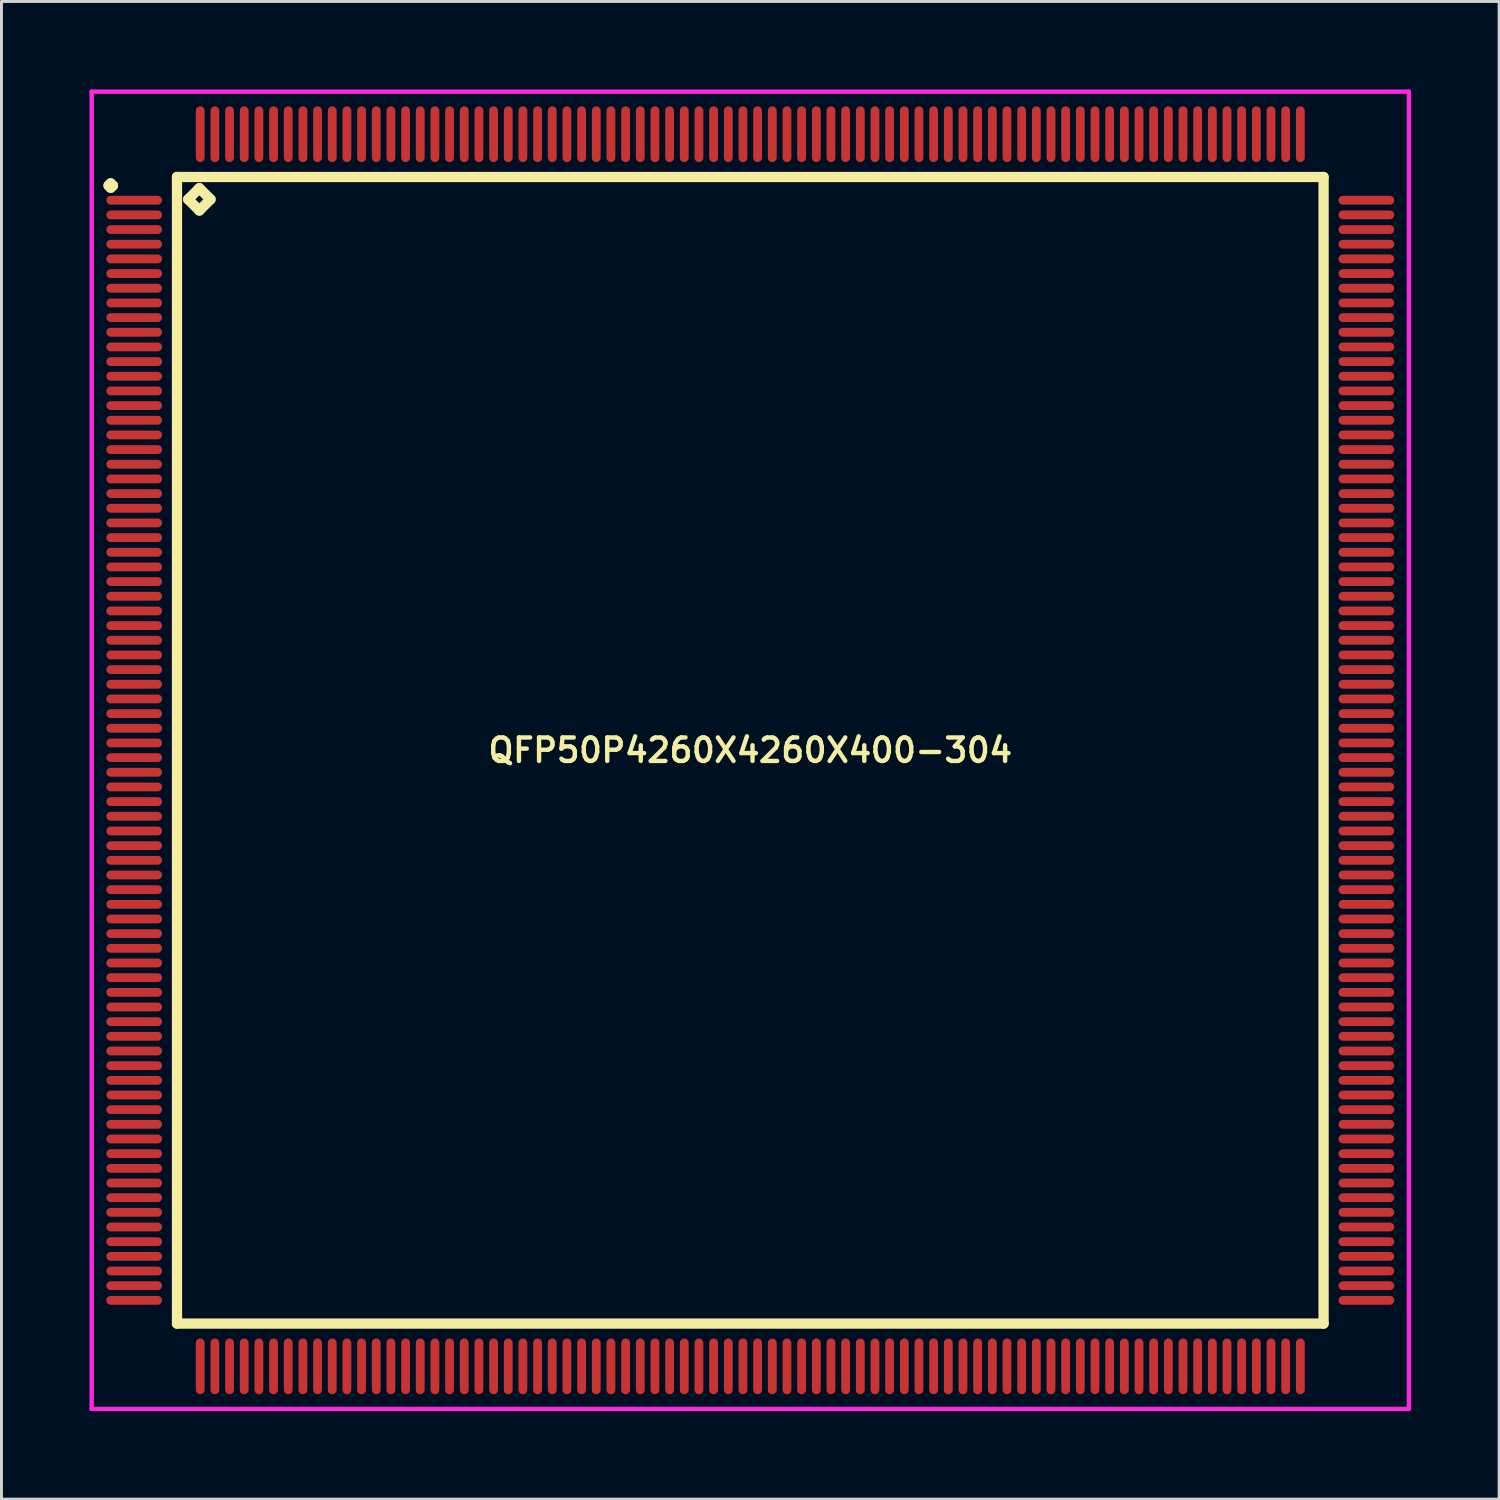
<source format=kicad_pcb>
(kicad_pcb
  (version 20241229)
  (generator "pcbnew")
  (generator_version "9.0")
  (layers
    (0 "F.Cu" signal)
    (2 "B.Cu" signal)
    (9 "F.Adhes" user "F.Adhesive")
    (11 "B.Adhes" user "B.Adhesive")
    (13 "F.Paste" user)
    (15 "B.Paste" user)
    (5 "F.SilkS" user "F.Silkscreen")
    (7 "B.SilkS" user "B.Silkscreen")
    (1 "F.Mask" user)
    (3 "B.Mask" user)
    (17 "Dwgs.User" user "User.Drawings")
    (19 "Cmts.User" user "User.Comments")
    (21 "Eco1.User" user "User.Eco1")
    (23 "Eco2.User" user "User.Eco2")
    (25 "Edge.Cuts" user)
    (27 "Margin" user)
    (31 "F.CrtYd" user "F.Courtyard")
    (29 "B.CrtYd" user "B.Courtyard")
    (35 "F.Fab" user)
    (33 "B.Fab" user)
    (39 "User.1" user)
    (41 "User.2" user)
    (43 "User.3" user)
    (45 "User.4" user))
  (footprint "QFP50P4260X4260X400-304"
    (layer "F.Cu")
    (at 22.525 22.525)
    (property "Reference" "QFP50P4260X4260X400-304" (at 0 0 0) (layer "F.SilkS") (effects (font (size 0.8 0.8) (thickness 0.15))))
    (attr smd)
    (fp_line (start -21.875 -19.25) (end -21.8 -19.325) (stroke (width 0.35) (type solid)) (layer "F.SilkS"))
    (fp_line (start -21.8 -19.325) (end -21.725 -19.25) (stroke (width 0.35) (type solid)) (layer "F.SilkS"))
    (fp_line (start -21.8 -19.175) (end -21.875 -19.25) (stroke (width 0.35) (type solid)) (layer "F.SilkS"))
    (fp_line (start -21.725 -19.25) (end -21.8 -19.175) (stroke (width 0.35) (type solid)) (layer "F.SilkS"))
    (fp_line (start -19.542 -19.542) (end -19.542 19.542) (stroke (width 0.35) (type solid)) (layer "F.SilkS"))
    (fp_line (start -19.542 19.542) (end 19.542 19.542) (stroke (width 0.35) (type solid)) (layer "F.SilkS"))
    (fp_line (start -19.161 -18.78) (end -18.78 -19.161) (stroke (width 0.35) (type solid)) (layer "F.SilkS"))
    (fp_line (start -18.78 -19.161) (end -18.399 -18.78) (stroke (width 0.35) (type solid)) (layer "F.SilkS"))
    (fp_line (start -18.78 -18.399) (end -19.161 -18.78) (stroke (width 0.35) (type solid)) (layer "F.SilkS"))
    (fp_line (start -18.399 -18.78) (end -18.78 -18.399) (stroke (width 0.35) (type solid)) (layer "F.SilkS"))
    (fp_line (start 19.542 -19.542) (end -19.542 -19.542) (stroke (width 0.35) (type solid)) (layer "F.SilkS"))
    (fp_line (start 19.542 19.542) (end 19.542 -19.542) (stroke (width 0.35) (type solid)) (layer "F.SilkS"))
    (fp_line (start -22.45 -22.45) (end 22.45 -22.45) (stroke (width 0.15) (type solid)) (layer "F.CrtYd"))
    (fp_line (start -22.45 22.45) (end -22.45 -22.45) (stroke (width 0.15) (type solid)) (layer "F.CrtYd"))
    (fp_line (start 22.45 -22.45) (end 22.45 22.45) (stroke (width 0.15) (type solid)) (layer "F.CrtYd"))
    (fp_line (start 22.45 22.45) (end -22.45 22.45) (stroke (width 0.15) (type solid)) (layer "F.CrtYd"))
    (pad "1" smd oval (at -21 -18.75) (size 1.9 0.3) (layers "F.Cu" "F.Mask" "F.Paste"))
    (pad "2" smd oval (at -21 -18.25) (size 1.9 0.3) (layers "F.Cu" "F.Mask" "F.Paste"))
    (pad "3" smd oval (at -21 -17.75) (size 1.9 0.3) (layers "F.Cu" "F.Mask" "F.Paste"))
    (pad "4" smd oval (at -21 -17.25) (size 1.9 0.3) (layers "F.Cu" "F.Mask" "F.Paste"))
    (pad "5" smd oval (at -21 -16.75) (size 1.9 0.3) (layers "F.Cu" "F.Mask" "F.Paste"))
    (pad "6" smd oval (at -21 -16.25) (size 1.9 0.3) (layers "F.Cu" "F.Mask" "F.Paste"))
    (pad "7" smd oval (at -21 -15.75) (size 1.9 0.3) (layers "F.Cu" "F.Mask" "F.Paste"))
    (pad "8" smd oval (at -21 -15.25) (size 1.9 0.3) (layers "F.Cu" "F.Mask" "F.Paste"))
    (pad "9" smd oval (at -21 -14.75) (size 1.9 0.3) (layers "F.Cu" "F.Mask" "F.Paste"))
    (pad "10" smd oval (at -21 -14.25) (size 1.9 0.3) (layers "F.Cu" "F.Mask" "F.Paste"))
    (pad "11" smd oval (at -21 -13.75) (size 1.9 0.3) (layers "F.Cu" "F.Mask" "F.Paste"))
    (pad "12" smd oval (at -21 -13.25) (size 1.9 0.3) (layers "F.Cu" "F.Mask" "F.Paste"))
    (pad "13" smd oval (at -21 -12.75) (size 1.9 0.3) (layers "F.Cu" "F.Mask" "F.Paste"))
    (pad "14" smd oval (at -21 -12.25) (size 1.9 0.3) (layers "F.Cu" "F.Mask" "F.Paste"))
    (pad "15" smd oval (at -21 -11.75) (size 1.9 0.3) (layers "F.Cu" "F.Mask" "F.Paste"))
    (pad "16" smd oval (at -21 -11.25) (size 1.9 0.3) (layers "F.Cu" "F.Mask" "F.Paste"))
    (pad "17" smd oval (at -21 -10.75) (size 1.9 0.3) (layers "F.Cu" "F.Mask" "F.Paste"))
    (pad "18" smd oval (at -21 -10.25) (size 1.9 0.3) (layers "F.Cu" "F.Mask" "F.Paste"))
    (pad "19" smd oval (at -21 -9.75) (size 1.9 0.3) (layers "F.Cu" "F.Mask" "F.Paste"))
    (pad "20" smd oval (at -21 -9.25) (size 1.9 0.3) (layers "F.Cu" "F.Mask" "F.Paste"))
    (pad "21" smd oval (at -21 -8.75) (size 1.9 0.3) (layers "F.Cu" "F.Mask" "F.Paste"))
    (pad "22" smd oval (at -21 -8.25) (size 1.9 0.3) (layers "F.Cu" "F.Mask" "F.Paste"))
    (pad "23" smd oval (at -21 -7.75) (size 1.9 0.3) (layers "F.Cu" "F.Mask" "F.Paste"))
    (pad "24" smd oval (at -21 -7.25) (size 1.9 0.3) (layers "F.Cu" "F.Mask" "F.Paste"))
    (pad "25" smd oval (at -21 -6.75) (size 1.9 0.3) (layers "F.Cu" "F.Mask" "F.Paste"))
    (pad "26" smd oval (at -21 -6.25) (size 1.9 0.3) (layers "F.Cu" "F.Mask" "F.Paste"))
    (pad "27" smd oval (at -21 -5.75) (size 1.9 0.3) (layers "F.Cu" "F.Mask" "F.Paste"))
    (pad "28" smd oval (at -21 -5.25) (size 1.9 0.3) (layers "F.Cu" "F.Mask" "F.Paste"))
    (pad "29" smd oval (at -21 -4.75) (size 1.9 0.3) (layers "F.Cu" "F.Mask" "F.Paste"))
    (pad "30" smd oval (at -21 -4.25) (size 1.9 0.3) (layers "F.Cu" "F.Mask" "F.Paste"))
    (pad "31" smd oval (at -21 -3.75) (size 1.9 0.3) (layers "F.Cu" "F.Mask" "F.Paste"))
    (pad "32" smd oval (at -21 -3.25) (size 1.9 0.3) (layers "F.Cu" "F.Mask" "F.Paste"))
    (pad "33" smd oval (at -21 -2.75) (size 1.9 0.3) (layers "F.Cu" "F.Mask" "F.Paste"))
    (pad "34" smd oval (at -21 -2.25) (size 1.9 0.3) (layers "F.Cu" "F.Mask" "F.Paste"))
    (pad "35" smd oval (at -21 -1.75) (size 1.9 0.3) (layers "F.Cu" "F.Mask" "F.Paste"))
    (pad "36" smd oval (at -21 -1.25) (size 1.9 0.3) (layers "F.Cu" "F.Mask" "F.Paste"))
    (pad "37" smd oval (at -21 -0.75) (size 1.9 0.3) (layers "F.Cu" "F.Mask" "F.Paste"))
    (pad "38" smd oval (at -21 -0.25) (size 1.9 0.3) (layers "F.Cu" "F.Mask" "F.Paste"))
    (pad "39" smd oval (at -21 0.25) (size 1.9 0.3) (layers "F.Cu" "F.Mask" "F.Paste"))
    (pad "40" smd oval (at -21 0.75) (size 1.9 0.3) (layers "F.Cu" "F.Mask" "F.Paste"))
    (pad "41" smd oval (at -21 1.25) (size 1.9 0.3) (layers "F.Cu" "F.Mask" "F.Paste"))
    (pad "42" smd oval (at -21 1.75) (size 1.9 0.3) (layers "F.Cu" "F.Mask" "F.Paste"))
    (pad "43" smd oval (at -21 2.25) (size 1.9 0.3) (layers "F.Cu" "F.Mask" "F.Paste"))
    (pad "44" smd oval (at -21 2.75) (size 1.9 0.3) (layers "F.Cu" "F.Mask" "F.Paste"))
    (pad "45" smd oval (at -21 3.25) (size 1.9 0.3) (layers "F.Cu" "F.Mask" "F.Paste"))
    (pad "46" smd oval (at -21 3.75) (size 1.9 0.3) (layers "F.Cu" "F.Mask" "F.Paste"))
    (pad "47" smd oval (at -21 4.25) (size 1.9 0.3) (layers "F.Cu" "F.Mask" "F.Paste"))
    (pad "48" smd oval (at -21 4.75) (size 1.9 0.3) (layers "F.Cu" "F.Mask" "F.Paste"))
    (pad "49" smd oval (at -21 5.25) (size 1.9 0.3) (layers "F.Cu" "F.Mask" "F.Paste"))
    (pad "50" smd oval (at -21 5.75) (size 1.9 0.3) (layers "F.Cu" "F.Mask" "F.Paste"))
    (pad "51" smd oval (at -21 6.25) (size 1.9 0.3) (layers "F.Cu" "F.Mask" "F.Paste"))
    (pad "52" smd oval (at -21 6.75) (size 1.9 0.3) (layers "F.Cu" "F.Mask" "F.Paste"))
    (pad "53" smd oval (at -21 7.25) (size 1.9 0.3) (layers "F.Cu" "F.Mask" "F.Paste"))
    (pad "54" smd oval (at -21 7.75) (size 1.9 0.3) (layers "F.Cu" "F.Mask" "F.Paste"))
    (pad "55" smd oval (at -21 8.25) (size 1.9 0.3) (layers "F.Cu" "F.Mask" "F.Paste"))
    (pad "56" smd oval (at -21 8.75) (size 1.9 0.3) (layers "F.Cu" "F.Mask" "F.Paste"))
    (pad "57" smd oval (at -21 9.25) (size 1.9 0.3) (layers "F.Cu" "F.Mask" "F.Paste"))
    (pad "58" smd oval (at -21 9.75) (size 1.9 0.3) (layers "F.Cu" "F.Mask" "F.Paste"))
    (pad "59" smd oval (at -21 10.25) (size 1.9 0.3) (layers "F.Cu" "F.Mask" "F.Paste"))
    (pad "60" smd oval (at -21 10.75) (size 1.9 0.3) (layers "F.Cu" "F.Mask" "F.Paste"))
    (pad "61" smd oval (at -21 11.25) (size 1.9 0.3) (layers "F.Cu" "F.Mask" "F.Paste"))
    (pad "62" smd oval (at -21 11.75) (size 1.9 0.3) (layers "F.Cu" "F.Mask" "F.Paste"))
    (pad "63" smd oval (at -21 12.25) (size 1.9 0.3) (layers "F.Cu" "F.Mask" "F.Paste"))
    (pad "64" smd oval (at -21 12.75) (size 1.9 0.3) (layers "F.Cu" "F.Mask" "F.Paste"))
    (pad "65" smd oval (at -21 13.25) (size 1.9 0.3) (layers "F.Cu" "F.Mask" "F.Paste"))
    (pad "66" smd oval (at -21 13.75) (size 1.9 0.3) (layers "F.Cu" "F.Mask" "F.Paste"))
    (pad "67" smd oval (at -21 14.25) (size 1.9 0.3) (layers "F.Cu" "F.Mask" "F.Paste"))
    (pad "68" smd oval (at -21 14.75) (size 1.9 0.3) (layers "F.Cu" "F.Mask" "F.Paste"))
    (pad "69" smd oval (at -21 15.25) (size 1.9 0.3) (layers "F.Cu" "F.Mask" "F.Paste"))
    (pad "70" smd oval (at -21 15.75) (size 1.9 0.3) (layers "F.Cu" "F.Mask" "F.Paste"))
    (pad "71" smd oval (at -21 16.25) (size 1.9 0.3) (layers "F.Cu" "F.Mask" "F.Paste"))
    (pad "72" smd oval (at -21 16.75) (size 1.9 0.3) (layers "F.Cu" "F.Mask" "F.Paste"))
    (pad "73" smd oval (at -21 17.25) (size 1.9 0.3) (layers "F.Cu" "F.Mask" "F.Paste"))
    (pad "74" smd oval (at -21 17.75) (size 1.9 0.3) (layers "F.Cu" "F.Mask" "F.Paste"))
    (pad "75" smd oval (at -21 18.25) (size 1.9 0.3) (layers "F.Cu" "F.Mask" "F.Paste"))
    (pad "76" smd oval (at -21 18.75) (size 1.9 0.3) (layers "F.Cu" "F.Mask" "F.Paste"))
    (pad "77" smd oval (at -18.75 21) (size 0.3 1.9) (layers "F.Cu" "F.Mask" "F.Paste"))
    (pad "78" smd oval (at -18.25 21) (size 0.3 1.9) (layers "F.Cu" "F.Mask" "F.Paste"))
    (pad "79" smd oval (at -17.75 21) (size 0.3 1.9) (layers "F.Cu" "F.Mask" "F.Paste"))
    (pad "80" smd oval (at -17.25 21) (size 0.3 1.9) (layers "F.Cu" "F.Mask" "F.Paste"))
    (pad "81" smd oval (at -16.75 21) (size 0.3 1.9) (layers "F.Cu" "F.Mask" "F.Paste"))
    (pad "82" smd oval (at -16.25 21) (size 0.3 1.9) (layers "F.Cu" "F.Mask" "F.Paste"))
    (pad "83" smd oval (at -15.75 21) (size 0.3 1.9) (layers "F.Cu" "F.Mask" "F.Paste"))
    (pad "84" smd oval (at -15.25 21) (size 0.3 1.9) (layers "F.Cu" "F.Mask" "F.Paste"))
    (pad "85" smd oval (at -14.75 21) (size 0.3 1.9) (layers "F.Cu" "F.Mask" "F.Paste"))
    (pad "86" smd oval (at -14.25 21) (size 0.3 1.9) (layers "F.Cu" "F.Mask" "F.Paste"))
    (pad "87" smd oval (at -13.75 21) (size 0.3 1.9) (layers "F.Cu" "F.Mask" "F.Paste"))
    (pad "88" smd oval (at -13.25 21) (size 0.3 1.9) (layers "F.Cu" "F.Mask" "F.Paste"))
    (pad "89" smd oval (at -12.75 21) (size 0.3 1.9) (layers "F.Cu" "F.Mask" "F.Paste"))
    (pad "90" smd oval (at -12.25 21) (size 0.3 1.9) (layers "F.Cu" "F.Mask" "F.Paste"))
    (pad "91" smd oval (at -11.75 21) (size 0.3 1.9) (layers "F.Cu" "F.Mask" "F.Paste"))
    (pad "92" smd oval (at -11.25 21) (size 0.3 1.9) (layers "F.Cu" "F.Mask" "F.Paste"))
    (pad "93" smd oval (at -10.75 21) (size 0.3 1.9) (layers "F.Cu" "F.Mask" "F.Paste"))
    (pad "94" smd oval (at -10.25 21) (size 0.3 1.9) (layers "F.Cu" "F.Mask" "F.Paste"))
    (pad "95" smd oval (at -9.75 21) (size 0.3 1.9) (layers "F.Cu" "F.Mask" "F.Paste"))
    (pad "96" smd oval (at -9.25 21) (size 0.3 1.9) (layers "F.Cu" "F.Mask" "F.Paste"))
    (pad "97" smd oval (at -8.75 21) (size 0.3 1.9) (layers "F.Cu" "F.Mask" "F.Paste"))
    (pad "98" smd oval (at -8.25 21) (size 0.3 1.9) (layers "F.Cu" "F.Mask" "F.Paste"))
    (pad "99" smd oval (at -7.75 21) (size 0.3 1.9) (layers "F.Cu" "F.Mask" "F.Paste"))
    (pad "100" smd oval (at -7.25 21) (size 0.3 1.9) (layers "F.Cu" "F.Mask" "F.Paste"))
    (pad "101" smd oval (at -6.75 21) (size 0.3 1.9) (layers "F.Cu" "F.Mask" "F.Paste"))
    (pad "102" smd oval (at -6.25 21) (size 0.3 1.9) (layers "F.Cu" "F.Mask" "F.Paste"))
    (pad "103" smd oval (at -5.75 21) (size 0.3 1.9) (layers "F.Cu" "F.Mask" "F.Paste"))
    (pad "104" smd oval (at -5.25 21) (size 0.3 1.9) (layers "F.Cu" "F.Mask" "F.Paste"))
    (pad "105" smd oval (at -4.75 21) (size 0.3 1.9) (layers "F.Cu" "F.Mask" "F.Paste"))
    (pad "106" smd oval (at -4.25 21) (size 0.3 1.9) (layers "F.Cu" "F.Mask" "F.Paste"))
    (pad "107" smd oval (at -3.75 21) (size 0.3 1.9) (layers "F.Cu" "F.Mask" "F.Paste"))
    (pad "108" smd oval (at -3.25 21) (size 0.3 1.9) (layers "F.Cu" "F.Mask" "F.Paste"))
    (pad "109" smd oval (at -2.75 21) (size 0.3 1.9) (layers "F.Cu" "F.Mask" "F.Paste"))
    (pad "110" smd oval (at -2.25 21) (size 0.3 1.9) (layers "F.Cu" "F.Mask" "F.Paste"))
    (pad "111" smd oval (at -1.75 21) (size 0.3 1.9) (layers "F.Cu" "F.Mask" "F.Paste"))
    (pad "112" smd oval (at -1.25 21) (size 0.3 1.9) (layers "F.Cu" "F.Mask" "F.Paste"))
    (pad "113" smd oval (at -0.75 21) (size 0.3 1.9) (layers "F.Cu" "F.Mask" "F.Paste"))
    (pad "114" smd oval (at -0.25 21) (size 0.3 1.9) (layers "F.Cu" "F.Mask" "F.Paste"))
    (pad "115" smd oval (at 0.25 21) (size 0.3 1.9) (layers "F.Cu" "F.Mask" "F.Paste"))
    (pad "116" smd oval (at 0.75 21) (size 0.3 1.9) (layers "F.Cu" "F.Mask" "F.Paste"))
    (pad "117" smd oval (at 1.25 21) (size 0.3 1.9) (layers "F.Cu" "F.Mask" "F.Paste"))
    (pad "118" smd oval (at 1.75 21) (size 0.3 1.9) (layers "F.Cu" "F.Mask" "F.Paste"))
    (pad "119" smd oval (at 2.25 21) (size 0.3 1.9) (layers "F.Cu" "F.Mask" "F.Paste"))
    (pad "120" smd oval (at 2.75 21) (size 0.3 1.9) (layers "F.Cu" "F.Mask" "F.Paste"))
    (pad "121" smd oval (at 3.25 21) (size 0.3 1.9) (layers "F.Cu" "F.Mask" "F.Paste"))
    (pad "122" smd oval (at 3.75 21) (size 0.3 1.9) (layers "F.Cu" "F.Mask" "F.Paste"))
    (pad "123" smd oval (at 4.25 21) (size 0.3 1.9) (layers "F.Cu" "F.Mask" "F.Paste"))
    (pad "124" smd oval (at 4.75 21) (size 0.3 1.9) (layers "F.Cu" "F.Mask" "F.Paste"))
    (pad "125" smd oval (at 5.25 21) (size 0.3 1.9) (layers "F.Cu" "F.Mask" "F.Paste"))
    (pad "126" smd oval (at 5.75 21) (size 0.3 1.9) (layers "F.Cu" "F.Mask" "F.Paste"))
    (pad "127" smd oval (at 6.25 21) (size 0.3 1.9) (layers "F.Cu" "F.Mask" "F.Paste"))
    (pad "128" smd oval (at 6.75 21) (size 0.3 1.9) (layers "F.Cu" "F.Mask" "F.Paste"))
    (pad "129" smd oval (at 7.25 21) (size 0.3 1.9) (layers "F.Cu" "F.Mask" "F.Paste"))
    (pad "130" smd oval (at 7.75 21) (size 0.3 1.9) (layers "F.Cu" "F.Mask" "F.Paste"))
    (pad "131" smd oval (at 8.25 21) (size 0.3 1.9) (layers "F.Cu" "F.Mask" "F.Paste"))
    (pad "132" smd oval (at 8.75 21) (size 0.3 1.9) (layers "F.Cu" "F.Mask" "F.Paste"))
    (pad "133" smd oval (at 9.25 21) (size 0.3 1.9) (layers "F.Cu" "F.Mask" "F.Paste"))
    (pad "134" smd oval (at 9.75 21) (size 0.3 1.9) (layers "F.Cu" "F.Mask" "F.Paste"))
    (pad "135" smd oval (at 10.25 21) (size 0.3 1.9) (layers "F.Cu" "F.Mask" "F.Paste"))
    (pad "136" smd oval (at 10.75 21) (size 0.3 1.9) (layers "F.Cu" "F.Mask" "F.Paste"))
    (pad "137" smd oval (at 11.25 21) (size 0.3 1.9) (layers "F.Cu" "F.Mask" "F.Paste"))
    (pad "138" smd oval (at 11.75 21) (size 0.3 1.9) (layers "F.Cu" "F.Mask" "F.Paste"))
    (pad "139" smd oval (at 12.25 21) (size 0.3 1.9) (layers "F.Cu" "F.Mask" "F.Paste"))
    (pad "140" smd oval (at 12.75 21) (size 0.3 1.9) (layers "F.Cu" "F.Mask" "F.Paste"))
    (pad "141" smd oval (at 13.25 21) (size 0.3 1.9) (layers "F.Cu" "F.Mask" "F.Paste"))
    (pad "142" smd oval (at 13.75 21) (size 0.3 1.9) (layers "F.Cu" "F.Mask" "F.Paste"))
    (pad "143" smd oval (at 14.25 21) (size 0.3 1.9) (layers "F.Cu" "F.Mask" "F.Paste"))
    (pad "144" smd oval (at 14.75 21) (size 0.3 1.9) (layers "F.Cu" "F.Mask" "F.Paste"))
    (pad "145" smd oval (at 15.25 21) (size 0.3 1.9) (layers "F.Cu" "F.Mask" "F.Paste"))
    (pad "146" smd oval (at 15.75 21) (size 0.3 1.9) (layers "F.Cu" "F.Mask" "F.Paste"))
    (pad "147" smd oval (at 16.25 21) (size 0.3 1.9) (layers "F.Cu" "F.Mask" "F.Paste"))
    (pad "148" smd oval (at 16.75 21) (size 0.3 1.9) (layers "F.Cu" "F.Mask" "F.Paste"))
    (pad "149" smd oval (at 17.25 21) (size 0.3 1.9) (layers "F.Cu" "F.Mask" "F.Paste"))
    (pad "150" smd oval (at 17.75 21) (size 0.3 1.9) (layers "F.Cu" "F.Mask" "F.Paste"))
    (pad "151" smd oval (at 18.25 21) (size 0.3 1.9) (layers "F.Cu" "F.Mask" "F.Paste"))
    (pad "152" smd oval (at 18.75 21) (size 0.3 1.9) (layers "F.Cu" "F.Mask" "F.Paste"))
    (pad "153" smd oval (at 21 18.75) (size 1.9 0.3) (layers "F.Cu" "F.Mask" "F.Paste"))
    (pad "154" smd oval (at 21 18.25) (size 1.9 0.3) (layers "F.Cu" "F.Mask" "F.Paste"))
    (pad "155" smd oval (at 21 17.75) (size 1.9 0.3) (layers "F.Cu" "F.Mask" "F.Paste"))
    (pad "156" smd oval (at 21 17.25) (size 1.9 0.3) (layers "F.Cu" "F.Mask" "F.Paste"))
    (pad "157" smd oval (at 21 16.75) (size 1.9 0.3) (layers "F.Cu" "F.Mask" "F.Paste"))
    (pad "158" smd oval (at 21 16.25) (size 1.9 0.3) (layers "F.Cu" "F.Mask" "F.Paste"))
    (pad "159" smd oval (at 21 15.75) (size 1.9 0.3) (layers "F.Cu" "F.Mask" "F.Paste"))
    (pad "160" smd oval (at 21 15.25) (size 1.9 0.3) (layers "F.Cu" "F.Mask" "F.Paste"))
    (pad "161" smd oval (at 21 14.75) (size 1.9 0.3) (layers "F.Cu" "F.Mask" "F.Paste"))
    (pad "162" smd oval (at 21 14.25) (size 1.9 0.3) (layers "F.Cu" "F.Mask" "F.Paste"))
    (pad "163" smd oval (at 21 13.75) (size 1.9 0.3) (layers "F.Cu" "F.Mask" "F.Paste"))
    (pad "164" smd oval (at 21 13.25) (size 1.9 0.3) (layers "F.Cu" "F.Mask" "F.Paste"))
    (pad "165" smd oval (at 21 12.75) (size 1.9 0.3) (layers "F.Cu" "F.Mask" "F.Paste"))
    (pad "166" smd oval (at 21 12.25) (size 1.9 0.3) (layers "F.Cu" "F.Mask" "F.Paste"))
    (pad "167" smd oval (at 21 11.75) (size 1.9 0.3) (layers "F.Cu" "F.Mask" "F.Paste"))
    (pad "168" smd oval (at 21 11.25) (size 1.9 0.3) (layers "F.Cu" "F.Mask" "F.Paste"))
    (pad "169" smd oval (at 21 10.75) (size 1.9 0.3) (layers "F.Cu" "F.Mask" "F.Paste"))
    (pad "170" smd oval (at 21 10.25) (size 1.9 0.3) (layers "F.Cu" "F.Mask" "F.Paste"))
    (pad "171" smd oval (at 21 9.75) (size 1.9 0.3) (layers "F.Cu" "F.Mask" "F.Paste"))
    (pad "172" smd oval (at 21 9.25) (size 1.9 0.3) (layers "F.Cu" "F.Mask" "F.Paste"))
    (pad "173" smd oval (at 21 8.75) (size 1.9 0.3) (layers "F.Cu" "F.Mask" "F.Paste"))
    (pad "174" smd oval (at 21 8.25) (size 1.9 0.3) (layers "F.Cu" "F.Mask" "F.Paste"))
    (pad "175" smd oval (at 21 7.75) (size 1.9 0.3) (layers "F.Cu" "F.Mask" "F.Paste"))
    (pad "176" smd oval (at 21 7.25) (size 1.9 0.3) (layers "F.Cu" "F.Mask" "F.Paste"))
    (pad "177" smd oval (at 21 6.75) (size 1.9 0.3) (layers "F.Cu" "F.Mask" "F.Paste"))
    (pad "178" smd oval (at 21 6.25) (size 1.9 0.3) (layers "F.Cu" "F.Mask" "F.Paste"))
    (pad "179" smd oval (at 21 5.75) (size 1.9 0.3) (layers "F.Cu" "F.Mask" "F.Paste"))
    (pad "180" smd oval (at 21 5.25) (size 1.9 0.3) (layers "F.Cu" "F.Mask" "F.Paste"))
    (pad "181" smd oval (at 21 4.75) (size 1.9 0.3) (layers "F.Cu" "F.Mask" "F.Paste"))
    (pad "182" smd oval (at 21 4.25) (size 1.9 0.3) (layers "F.Cu" "F.Mask" "F.Paste"))
    (pad "183" smd oval (at 21 3.75) (size 1.9 0.3) (layers "F.Cu" "F.Mask" "F.Paste"))
    (pad "184" smd oval (at 21 3.25) (size 1.9 0.3) (layers "F.Cu" "F.Mask" "F.Paste"))
    (pad "185" smd oval (at 21 2.75) (size 1.9 0.3) (layers "F.Cu" "F.Mask" "F.Paste"))
    (pad "186" smd oval (at 21 2.25) (size 1.9 0.3) (layers "F.Cu" "F.Mask" "F.Paste"))
    (pad "187" smd oval (at 21 1.75) (size 1.9 0.3) (layers "F.Cu" "F.Mask" "F.Paste"))
    (pad "188" smd oval (at 21 1.25) (size 1.9 0.3) (layers "F.Cu" "F.Mask" "F.Paste"))
    (pad "189" smd oval (at 21 0.75) (size 1.9 0.3) (layers "F.Cu" "F.Mask" "F.Paste"))
    (pad "190" smd oval (at 21 0.25) (size 1.9 0.3) (layers "F.Cu" "F.Mask" "F.Paste"))
    (pad "191" smd oval (at 21 -0.25) (size 1.9 0.3) (layers "F.Cu" "F.Mask" "F.Paste"))
    (pad "192" smd oval (at 21 -0.75) (size 1.9 0.3) (layers "F.Cu" "F.Mask" "F.Paste"))
    (pad "193" smd oval (at 21 -1.25) (size 1.9 0.3) (layers "F.Cu" "F.Mask" "F.Paste"))
    (pad "194" smd oval (at 21 -1.75) (size 1.9 0.3) (layers "F.Cu" "F.Mask" "F.Paste"))
    (pad "195" smd oval (at 21 -2.25) (size 1.9 0.3) (layers "F.Cu" "F.Mask" "F.Paste"))
    (pad "196" smd oval (at 21 -2.75) (size 1.9 0.3) (layers "F.Cu" "F.Mask" "F.Paste"))
    (pad "197" smd oval (at 21 -3.25) (size 1.9 0.3) (layers "F.Cu" "F.Mask" "F.Paste"))
    (pad "198" smd oval (at 21 -3.75) (size 1.9 0.3) (layers "F.Cu" "F.Mask" "F.Paste"))
    (pad "199" smd oval (at 21 -4.25) (size 1.9 0.3) (layers "F.Cu" "F.Mask" "F.Paste"))
    (pad "200" smd oval (at 21 -4.75) (size 1.9 0.3) (layers "F.Cu" "F.Mask" "F.Paste"))
    (pad "201" smd oval (at 21 -5.25) (size 1.9 0.3) (layers "F.Cu" "F.Mask" "F.Paste"))
    (pad "202" smd oval (at 21 -5.75) (size 1.9 0.3) (layers "F.Cu" "F.Mask" "F.Paste"))
    (pad "203" smd oval (at 21 -6.25) (size 1.9 0.3) (layers "F.Cu" "F.Mask" "F.Paste"))
    (pad "204" smd oval (at 21 -6.75) (size 1.9 0.3) (layers "F.Cu" "F.Mask" "F.Paste"))
    (pad "205" smd oval (at 21 -7.25) (size 1.9 0.3) (layers "F.Cu" "F.Mask" "F.Paste"))
    (pad "206" smd oval (at 21 -7.75) (size 1.9 0.3) (layers "F.Cu" "F.Mask" "F.Paste"))
    (pad "207" smd oval (at 21 -8.25) (size 1.9 0.3) (layers "F.Cu" "F.Mask" "F.Paste"))
    (pad "208" smd oval (at 21 -8.75) (size 1.9 0.3) (layers "F.Cu" "F.Mask" "F.Paste"))
    (pad "209" smd oval (at 21 -9.25) (size 1.9 0.3) (layers "F.Cu" "F.Mask" "F.Paste"))
    (pad "210" smd oval (at 21 -9.75) (size 1.9 0.3) (layers "F.Cu" "F.Mask" "F.Paste"))
    (pad "211" smd oval (at 21 -10.25) (size 1.9 0.3) (layers "F.Cu" "F.Mask" "F.Paste"))
    (pad "212" smd oval (at 21 -10.75) (size 1.9 0.3) (layers "F.Cu" "F.Mask" "F.Paste"))
    (pad "213" smd oval (at 21 -11.25) (size 1.9 0.3) (layers "F.Cu" "F.Mask" "F.Paste"))
    (pad "214" smd oval (at 21 -11.75) (size 1.9 0.3) (layers "F.Cu" "F.Mask" "F.Paste"))
    (pad "215" smd oval (at 21 -12.25) (size 1.9 0.3) (layers "F.Cu" "F.Mask" "F.Paste"))
    (pad "216" smd oval (at 21 -12.75) (size 1.9 0.3) (layers "F.Cu" "F.Mask" "F.Paste"))
    (pad "217" smd oval (at 21 -13.25) (size 1.9 0.3) (layers "F.Cu" "F.Mask" "F.Paste"))
    (pad "218" smd oval (at 21 -13.75) (size 1.9 0.3) (layers "F.Cu" "F.Mask" "F.Paste"))
    (pad "219" smd oval (at 21 -14.25) (size 1.9 0.3) (layers "F.Cu" "F.Mask" "F.Paste"))
    (pad "220" smd oval (at 21 -14.75) (size 1.9 0.3) (layers "F.Cu" "F.Mask" "F.Paste"))
    (pad "221" smd oval (at 21 -15.25) (size 1.9 0.3) (layers "F.Cu" "F.Mask" "F.Paste"))
    (pad "222" smd oval (at 21 -15.75) (size 1.9 0.3) (layers "F.Cu" "F.Mask" "F.Paste"))
    (pad "223" smd oval (at 21 -16.25) (size 1.9 0.3) (layers "F.Cu" "F.Mask" "F.Paste"))
    (pad "224" smd oval (at 21 -16.75) (size 1.9 0.3) (layers "F.Cu" "F.Mask" "F.Paste"))
    (pad "225" smd oval (at 21 -17.25) (size 1.9 0.3) (layers "F.Cu" "F.Mask" "F.Paste"))
    (pad "226" smd oval (at 21 -17.75) (size 1.9 0.3) (layers "F.Cu" "F.Mask" "F.Paste"))
    (pad "227" smd oval (at 21 -18.25) (size 1.9 0.3) (layers "F.Cu" "F.Mask" "F.Paste"))
    (pad "228" smd oval (at 21 -18.75) (size 1.9 0.3) (layers "F.Cu" "F.Mask" "F.Paste"))
    (pad "229" smd oval (at 18.75 -21) (size 0.3 1.9) (layers "F.Cu" "F.Mask" "F.Paste"))
    (pad "230" smd oval (at 18.25 -21) (size 0.3 1.9) (layers "F.Cu" "F.Mask" "F.Paste"))
    (pad "231" smd oval (at 17.75 -21) (size 0.3 1.9) (layers "F.Cu" "F.Mask" "F.Paste"))
    (pad "232" smd oval (at 17.25 -21) (size 0.3 1.9) (layers "F.Cu" "F.Mask" "F.Paste"))
    (pad "233" smd oval (at 16.75 -21) (size 0.3 1.9) (layers "F.Cu" "F.Mask" "F.Paste"))
    (pad "234" smd oval (at 16.25 -21) (size 0.3 1.9) (layers "F.Cu" "F.Mask" "F.Paste"))
    (pad "235" smd oval (at 15.75 -21) (size 0.3 1.9) (layers "F.Cu" "F.Mask" "F.Paste"))
    (pad "236" smd oval (at 15.25 -21) (size 0.3 1.9) (layers "F.Cu" "F.Mask" "F.Paste"))
    (pad "237" smd oval (at 14.75 -21) (size 0.3 1.9) (layers "F.Cu" "F.Mask" "F.Paste"))
    (pad "238" smd oval (at 14.25 -21) (size 0.3 1.9) (layers "F.Cu" "F.Mask" "F.Paste"))
    (pad "239" smd oval (at 13.75 -21) (size 0.3 1.9) (layers "F.Cu" "F.Mask" "F.Paste"))
    (pad "240" smd oval (at 13.25 -21) (size 0.3 1.9) (layers "F.Cu" "F.Mask" "F.Paste"))
    (pad "241" smd oval (at 12.75 -21) (size 0.3 1.9) (layers "F.Cu" "F.Mask" "F.Paste"))
    (pad "242" smd oval (at 12.25 -21) (size 0.3 1.9) (layers "F.Cu" "F.Mask" "F.Paste"))
    (pad "243" smd oval (at 11.75 -21) (size 0.3 1.9) (layers "F.Cu" "F.Mask" "F.Paste"))
    (pad "244" smd oval (at 11.25 -21) (size 0.3 1.9) (layers "F.Cu" "F.Mask" "F.Paste"))
    (pad "245" smd oval (at 10.75 -21) (size 0.3 1.9) (layers "F.Cu" "F.Mask" "F.Paste"))
    (pad "246" smd oval (at 10.25 -21) (size 0.3 1.9) (layers "F.Cu" "F.Mask" "F.Paste"))
    (pad "247" smd oval (at 9.75 -21) (size 0.3 1.9) (layers "F.Cu" "F.Mask" "F.Paste"))
    (pad "248" smd oval (at 9.25 -21) (size 0.3 1.9) (layers "F.Cu" "F.Mask" "F.Paste"))
    (pad "249" smd oval (at 8.75 -21) (size 0.3 1.9) (layers "F.Cu" "F.Mask" "F.Paste"))
    (pad "250" smd oval (at 8.25 -21) (size 0.3 1.9) (layers "F.Cu" "F.Mask" "F.Paste"))
    (pad "251" smd oval (at 7.75 -21) (size 0.3 1.9) (layers "F.Cu" "F.Mask" "F.Paste"))
    (pad "252" smd oval (at 7.25 -21) (size 0.3 1.9) (layers "F.Cu" "F.Mask" "F.Paste"))
    (pad "253" smd oval (at 6.75 -21) (size 0.3 1.9) (layers "F.Cu" "F.Mask" "F.Paste"))
    (pad "254" smd oval (at 6.25 -21) (size 0.3 1.9) (layers "F.Cu" "F.Mask" "F.Paste"))
    (pad "255" smd oval (at 5.75 -21) (size 0.3 1.9) (layers "F.Cu" "F.Mask" "F.Paste"))
    (pad "256" smd oval (at 5.25 -21) (size 0.3 1.9) (layers "F.Cu" "F.Mask" "F.Paste"))
    (pad "257" smd oval (at 4.75 -21) (size 0.3 1.9) (layers "F.Cu" "F.Mask" "F.Paste"))
    (pad "258" smd oval (at 4.25 -21) (size 0.3 1.9) (layers "F.Cu" "F.Mask" "F.Paste"))
    (pad "259" smd oval (at 3.75 -21) (size 0.3 1.9) (layers "F.Cu" "F.Mask" "F.Paste"))
    (pad "260" smd oval (at 3.25 -21) (size 0.3 1.9) (layers "F.Cu" "F.Mask" "F.Paste"))
    (pad "261" smd oval (at 2.75 -21) (size 0.3 1.9) (layers "F.Cu" "F.Mask" "F.Paste"))
    (pad "262" smd oval (at 2.25 -21) (size 0.3 1.9) (layers "F.Cu" "F.Mask" "F.Paste"))
    (pad "263" smd oval (at 1.75 -21) (size 0.3 1.9) (layers "F.Cu" "F.Mask" "F.Paste"))
    (pad "264" smd oval (at 1.25 -21) (size 0.3 1.9) (layers "F.Cu" "F.Mask" "F.Paste"))
    (pad "265" smd oval (at 0.75 -21) (size 0.3 1.9) (layers "F.Cu" "F.Mask" "F.Paste"))
    (pad "266" smd oval (at 0.25 -21) (size 0.3 1.9) (layers "F.Cu" "F.Mask" "F.Paste"))
    (pad "267" smd oval (at -0.25 -21) (size 0.3 1.9) (layers "F.Cu" "F.Mask" "F.Paste"))
    (pad "268" smd oval (at -0.75 -21) (size 0.3 1.9) (layers "F.Cu" "F.Mask" "F.Paste"))
    (pad "269" smd oval (at -1.25 -21) (size 0.3 1.9) (layers "F.Cu" "F.Mask" "F.Paste"))
    (pad "270" smd oval (at -1.75 -21) (size 0.3 1.9) (layers "F.Cu" "F.Mask" "F.Paste"))
    (pad "271" smd oval (at -2.25 -21) (size 0.3 1.9) (layers "F.Cu" "F.Mask" "F.Paste"))
    (pad "272" smd oval (at -2.75 -21) (size 0.3 1.9) (layers "F.Cu" "F.Mask" "F.Paste"))
    (pad "273" smd oval (at -3.25 -21) (size 0.3 1.9) (layers "F.Cu" "F.Mask" "F.Paste"))
    (pad "274" smd oval (at -3.75 -21) (size 0.3 1.9) (layers "F.Cu" "F.Mask" "F.Paste"))
    (pad "275" smd oval (at -4.25 -21) (size 0.3 1.9) (layers "F.Cu" "F.Mask" "F.Paste"))
    (pad "276" smd oval (at -4.75 -21) (size 0.3 1.9) (layers "F.Cu" "F.Mask" "F.Paste"))
    (pad "277" smd oval (at -5.25 -21) (size 0.3 1.9) (layers "F.Cu" "F.Mask" "F.Paste"))
    (pad "278" smd oval (at -5.75 -21) (size 0.3 1.9) (layers "F.Cu" "F.Mask" "F.Paste"))
    (pad "279" smd oval (at -6.25 -21) (size 0.3 1.9) (layers "F.Cu" "F.Mask" "F.Paste"))
    (pad "280" smd oval (at -6.75 -21) (size 0.3 1.9) (layers "F.Cu" "F.Mask" "F.Paste"))
    (pad "281" smd oval (at -7.25 -21) (size 0.3 1.9) (layers "F.Cu" "F.Mask" "F.Paste"))
    (pad "282" smd oval (at -7.75 -21) (size 0.3 1.9) (layers "F.Cu" "F.Mask" "F.Paste"))
    (pad "283" smd oval (at -8.25 -21) (size 0.3 1.9) (layers "F.Cu" "F.Mask" "F.Paste"))
    (pad "284" smd oval (at -8.75 -21) (size 0.3 1.9) (layers "F.Cu" "F.Mask" "F.Paste"))
    (pad "285" smd oval (at -9.25 -21) (size 0.3 1.9) (layers "F.Cu" "F.Mask" "F.Paste"))
    (pad "286" smd oval (at -9.75 -21) (size 0.3 1.9) (layers "F.Cu" "F.Mask" "F.Paste"))
    (pad "287" smd oval (at -10.25 -21) (size 0.3 1.9) (layers "F.Cu" "F.Mask" "F.Paste"))
    (pad "288" smd oval (at -10.75 -21) (size 0.3 1.9) (layers "F.Cu" "F.Mask" "F.Paste"))
    (pad "289" smd oval (at -11.25 -21) (size 0.3 1.9) (layers "F.Cu" "F.Mask" "F.Paste"))
    (pad "290" smd oval (at -11.75 -21) (size 0.3 1.9) (layers "F.Cu" "F.Mask" "F.Paste"))
    (pad "291" smd oval (at -12.25 -21) (size 0.3 1.9) (layers "F.Cu" "F.Mask" "F.Paste"))
    (pad "292" smd oval (at -12.75 -21) (size 0.3 1.9) (layers "F.Cu" "F.Mask" "F.Paste"))
    (pad "293" smd oval (at -13.25 -21) (size 0.3 1.9) (layers "F.Cu" "F.Mask" "F.Paste"))
    (pad "294" smd oval (at -13.75 -21) (size 0.3 1.9) (layers "F.Cu" "F.Mask" "F.Paste"))
    (pad "295" smd oval (at -14.25 -21) (size 0.3 1.9) (layers "F.Cu" "F.Mask" "F.Paste"))
    (pad "296" smd oval (at -14.75 -21) (size 0.3 1.9) (layers "F.Cu" "F.Mask" "F.Paste"))
    (pad "297" smd oval (at -15.25 -21) (size 0.3 1.9) (layers "F.Cu" "F.Mask" "F.Paste"))
    (pad "298" smd oval (at -15.75 -21) (size 0.3 1.9) (layers "F.Cu" "F.Mask" "F.Paste"))
    (pad "299" smd oval (at -16.25 -21) (size 0.3 1.9) (layers "F.Cu" "F.Mask" "F.Paste"))
    (pad "300" smd oval (at -16.75 -21) (size 0.3 1.9) (layers "F.Cu" "F.Mask" "F.Paste"))
    (pad "301" smd oval (at -17.25 -21) (size 0.3 1.9) (layers "F.Cu" "F.Mask" "F.Paste"))
    (pad "302" smd oval (at -17.75 -21) (size 0.3 1.9) (layers "F.Cu" "F.Mask" "F.Paste"))
    (pad "303" smd oval (at -18.25 -21) (size 0.3 1.9) (layers "F.Cu" "F.Mask" "F.Paste"))
    (pad "304" smd oval (at -18.75 -21) (size 0.3 1.9) (layers "F.Cu" "F.Mask" "F.Paste")))
  (gr_rect
    (start -3 -3)
    (end 48.05 48.05)
    (stroke (width 0.1) (type default))
    (fill no)
    (layer "Edge.Cuts")))
</source>
